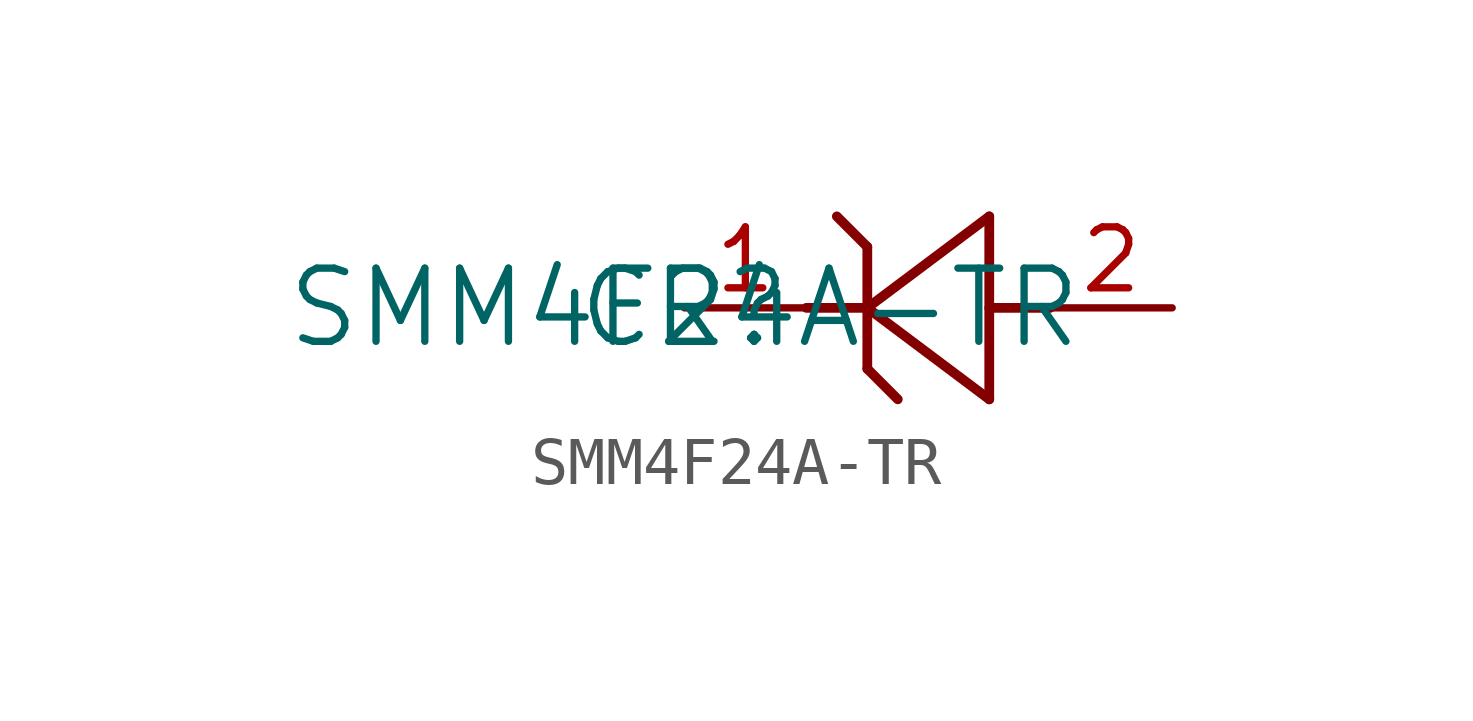
<source format=kicad_sym>
(kicad_symbol_lib
  (version 20211014)
  (generator kicad_symbol_editor)
  (symbol "SMM4F24A-TR"
    (pin_names
      (offset 0.254))
    (property "Reference" "CR"
      (at 0 0 0)
      (effects (font (size 1.524 1.524))))
    (property "Value" "SMM4F24A-TR"
      (at 0 0 0)
      (effects (font (size 1.524 1.524))))
    (symbol "SMM4F24A-TR_0_1"
      (polyline (pts (xy 3.81 -1.27) (xy 4.445 -1.905)) (stroke (width 0.203) (type default) (color 0 0 0 0)) (fill (type none)))
      (polyline (pts (xy 7.62 0) (xy 6.35 0)) (stroke (width 0.203) (type default) (color 0 0 0 0)) (fill (type none)))
      (polyline (pts (xy 3.175 1.905) (xy 3.81 1.27)) (stroke (width 0.203) (type default) (color 0 0 0 0)) (fill (type none)))
      (polyline (pts (xy 6.35 -1.905) (xy 6.35 1.905)) (stroke (width 0.203) (type default) (color 0 0 0 0)) (fill (type none)))
      (polyline (pts (xy 3.81 1.27) (xy 3.81 -1.27)) (stroke (width 0.203) (type default) (color 0 0 0 0)) (fill (type none)))
      (polyline (pts (xy 3.81 0) (xy 6.35 -1.905)) (stroke (width 0.203) (type default) (color 0 0 0 0)) (fill (type none)))
      (polyline (pts (xy 6.35 1.905) (xy 3.81 0)) (stroke (width 0.203) (type default) (color 0 0 0 0)) (fill (type none)))
      (polyline (pts (xy 2.54 0) (xy 3.81 0)) (stroke (width 0.203) (type default) (color 0 0 0 0)) (fill (type none)))
      (pin unspecified line (at 10.16 0 180) (length 2.54) (name "" (effects (font (size 1.27 1.27)))) (number "2" (effects (font (size 1.27 1.27)))))
      (pin unspecified line (at 0 0 0) (length 2.54) (name "" (effects (font (size 1.27 1.27)))) (number "1" (effects (font (size 1.27 1.27))))))))
</source>
